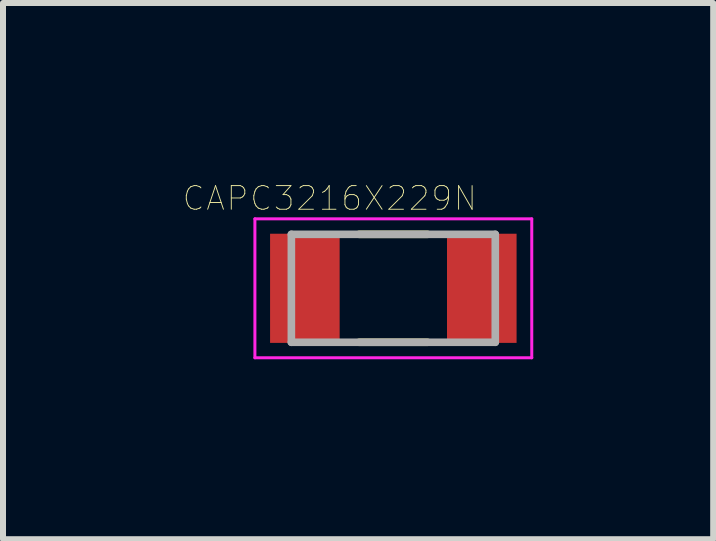
<source format=kicad_pcb>
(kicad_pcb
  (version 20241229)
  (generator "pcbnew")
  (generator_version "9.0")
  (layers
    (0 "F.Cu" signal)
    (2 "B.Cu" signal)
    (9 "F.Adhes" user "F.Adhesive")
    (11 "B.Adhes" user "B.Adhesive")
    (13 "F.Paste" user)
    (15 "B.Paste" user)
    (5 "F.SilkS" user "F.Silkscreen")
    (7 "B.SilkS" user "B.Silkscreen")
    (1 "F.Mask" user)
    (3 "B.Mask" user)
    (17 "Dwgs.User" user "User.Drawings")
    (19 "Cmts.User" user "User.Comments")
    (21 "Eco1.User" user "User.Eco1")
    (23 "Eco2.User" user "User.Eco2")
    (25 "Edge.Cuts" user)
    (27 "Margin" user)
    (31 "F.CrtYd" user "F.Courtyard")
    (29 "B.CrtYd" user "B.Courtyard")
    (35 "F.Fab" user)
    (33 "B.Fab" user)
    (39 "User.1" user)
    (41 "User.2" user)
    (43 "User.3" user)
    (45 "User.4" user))
  (footprint "CAPC3216X229N"
    (layer "F.Cu")
    (at 3.508 1.757)
    (property "Reference" "CAPC3216X229N" (at -1.06 -1.5 0) (layer "F.SilkS") (effects (font (size 0.394 0.394) (thickness 0.015))))
    (attr through_hole)
    (fp_line (start -0.57 -0.9) (end 0.57 -0.9) (stroke (width 0.127) (type solid)) (layer "F.SilkS"))
    (fp_line (start -0.57 0.9) (end 0.57 0.9) (stroke (width 0.127) (type solid)) (layer "F.SilkS"))
    (fp_line (start -2.308 -1.158) (end 2.308 -1.158) (stroke (width 0.05) (type solid)) (layer "F.CrtYd"))
    (fp_line (start -2.308 1.158) (end -2.308 -1.158) (stroke (width 0.05) (type solid)) (layer "F.CrtYd"))
    (fp_line (start -2.308 1.158) (end 2.308 1.158) (stroke (width 0.05) (type solid)) (layer "F.CrtYd"))
    (fp_line (start 2.308 1.158) (end 2.308 -1.158) (stroke (width 0.05) (type solid)) (layer "F.CrtYd"))
    (fp_line (start -1.7 0.9) (end -1.7 -0.9) (stroke (width 0.127) (type solid)) (layer "F.Fab"))
    (fp_line (start 1.7 -0.9) (end -1.7 -0.9) (stroke (width 0.127) (type solid)) (layer "F.Fab"))
    (fp_line (start 1.7 0.9) (end -1.7 0.9) (stroke (width 0.127) (type solid)) (layer "F.Fab"))
    (fp_line (start 1.7 0.9) (end 1.7 -0.9) (stroke (width 0.127) (type solid)) (layer "F.Fab"))
    (pad "1" smd rect (at -1.475 0) (size 1.16 1.82) (layers "F.Cu" "F.Mask" "F.Paste"))
    (pad "2" smd rect (at 1.475 0) (size 1.16 1.82) (layers "F.Cu" "F.Mask" "F.Paste")))
  (gr_rect
    (start -3 -3)
    (end 8.841 5.94)
    (stroke (width 0.1) (type default))
    (fill no)
    (layer "Edge.Cuts")))
</source>
